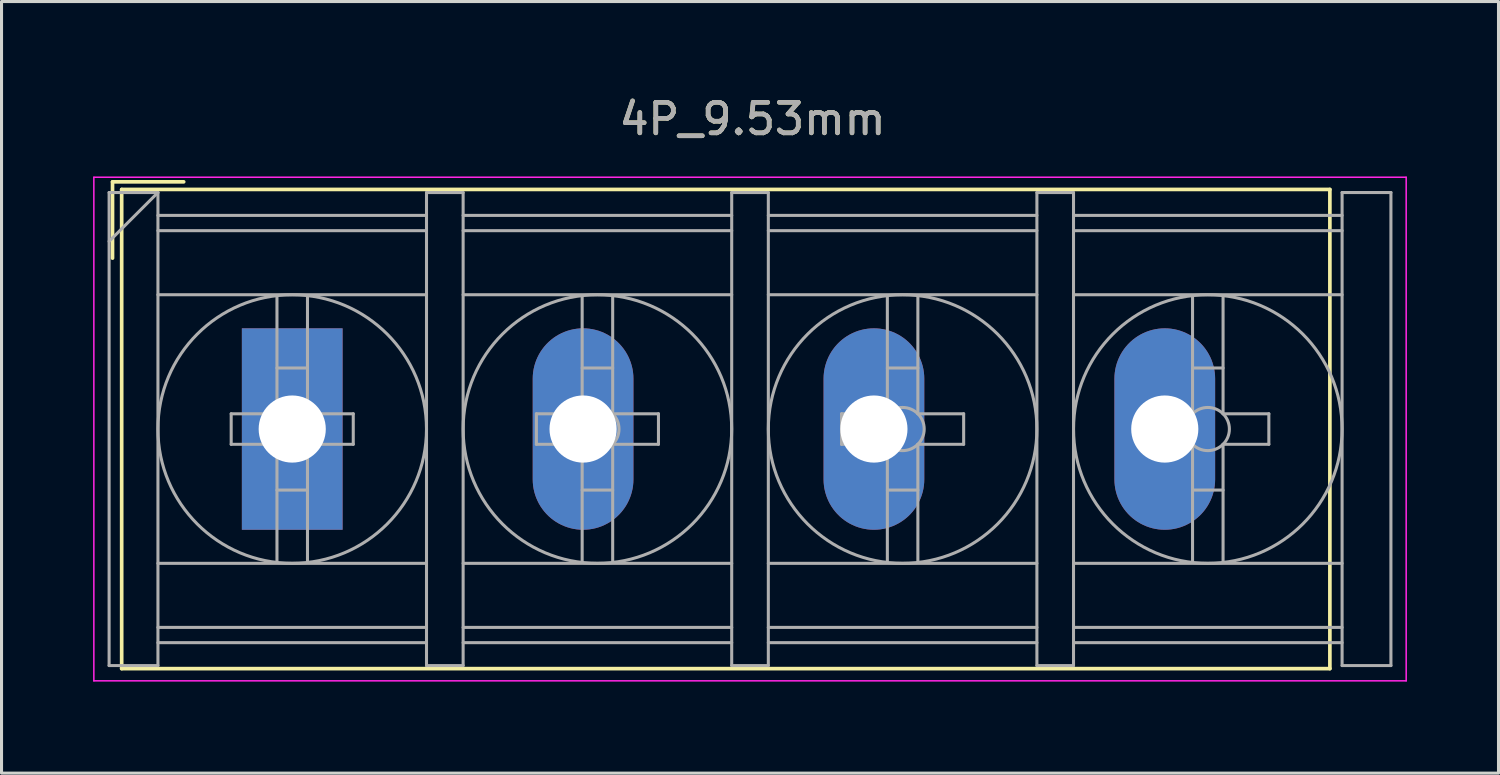
<source format=kicad_pcb>
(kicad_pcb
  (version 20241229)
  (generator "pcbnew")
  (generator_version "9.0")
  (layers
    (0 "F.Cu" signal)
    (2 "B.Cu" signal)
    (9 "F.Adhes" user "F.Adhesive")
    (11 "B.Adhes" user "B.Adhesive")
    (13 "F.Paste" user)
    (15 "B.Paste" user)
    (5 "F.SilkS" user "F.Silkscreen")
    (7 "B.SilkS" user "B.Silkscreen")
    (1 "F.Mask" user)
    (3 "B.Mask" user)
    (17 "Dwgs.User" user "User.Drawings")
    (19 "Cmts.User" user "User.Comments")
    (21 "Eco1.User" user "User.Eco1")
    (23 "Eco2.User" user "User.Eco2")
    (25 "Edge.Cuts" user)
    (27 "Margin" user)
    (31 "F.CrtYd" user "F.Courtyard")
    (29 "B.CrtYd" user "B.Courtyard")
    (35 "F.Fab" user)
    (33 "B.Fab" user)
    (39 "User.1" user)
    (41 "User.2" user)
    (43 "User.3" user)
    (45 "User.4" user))
  (footprint "4P_9.53mm"
    (layer "F.Cu")
    (at 6.525 11.008)
    (property "Reference" "4P_9.53mm" (at 15.08 -10.16 0) (layer "F.SilkS") (effects (font (size 1 1) (thickness 0.15))))
    (attr through_hole)
    (fp_line (start -5.888 -8.1) (end -3.556 -8.1) (stroke (width 0.12) (type solid)) (layer "F.SilkS"))
    (fp_line (start -5.888 -5.6) (end -5.888 -8.1) (stroke (width 0.12) (type solid)) (layer "F.SilkS"))
    (fp_line (start -5.588 -7.85) (end 34 -7.85) (stroke (width 0.12) (type solid)) (layer "F.SilkS"))
    (fp_line (start -5.588 7.85) (end -5.588 -7.85) (stroke (width 0.12) (type solid)) (layer "F.SilkS"))
    (fp_line (start -5.588 7.85) (end 34 7.85) (stroke (width 0.12) (type solid)) (layer "F.SilkS"))
    (fp_line (start 34 -7.85) (end 34 7.85) (stroke (width 0.12) (type solid)) (layer "F.SilkS"))
    (fp_line (start -6.5 -8.25) (end 36.5 -8.25) (stroke (width 0.05) (type solid)) (layer "F.CrtYd"))
    (fp_line (start -6.5 8.25) (end -6.5 -8.25) (stroke (width 0.05) (type solid)) (layer "F.CrtYd"))
    (fp_line (start -6.5 8.25) (end 36.5 8.25) (stroke (width 0.05) (type solid)) (layer "F.CrtYd"))
    (fp_line (start 36.5 -8.25) (end 36.5 8.25) (stroke (width 0.05) (type solid)) (layer "F.CrtYd"))
    (fp_line (start -6 -7.75) (end -6 7.75) (stroke (width 0.1) (type solid)) (layer "F.Fab"))
    (fp_line (start -6 -7.75) (end -4.4 -7.75) (stroke (width 0.1) (type solid)) (layer "F.Fab"))
    (fp_line (start -6 7.75) (end -4.4 7.75) (stroke (width 0.1) (type solid)) (layer "F.Fab"))
    (fp_line (start -4.4 -7.75) (end -6 -6.15) (stroke (width 0.1) (type solid)) (layer "F.Fab"))
    (fp_line (start -4.4 -7.75) (end -4.4 7.75) (stroke (width 0.1) (type solid)) (layer "F.Fab"))
    (fp_line (start -4.4 -7) (end 4.4 -7) (stroke (width 0.1) (type solid)) (layer "F.Fab"))
    (fp_line (start -4.4 -6.5) (end 4.4 -6.5) (stroke (width 0.1) (type solid)) (layer "F.Fab"))
    (fp_line (start -4.4 -4.4) (end 4.4 -4.4) (stroke (width 0.1) (type solid)) (layer "F.Fab"))
    (fp_line (start -4.4 4.4) (end 4.4 4.4) (stroke (width 0.1) (type solid)) (layer "F.Fab"))
    (fp_line (start -4.4 6.5) (end 4.4 6.5) (stroke (width 0.1) (type solid)) (layer "F.Fab"))
    (fp_line (start -4.4 7) (end 4.4 7) (stroke (width 0.1) (type solid)) (layer "F.Fab"))
    (fp_line (start -2 -0.5) (end -2 0.5) (stroke (width 0.1) (type solid)) (layer "F.Fab"))
    (fp_line (start -2 0.5) (end -0.5 0.5) (stroke (width 0.1) (type solid)) (layer "F.Fab"))
    (fp_line (start -0.5 -4.35) (end -0.5 -0.5) (stroke (width 0.1) (type solid)) (layer "F.Fab"))
    (fp_line (start -0.5 -2) (end 0.5 -2) (stroke (width 0.1) (type solid)) (layer "F.Fab"))
    (fp_line (start -0.5 -0.5) (end -2 -0.5) (stroke (width 0.1) (type solid)) (layer "F.Fab"))
    (fp_line (start -0.5 0.5) (end -0.5 4.35) (stroke (width 0.1) (type solid)) (layer "F.Fab"))
    (fp_line (start -0.5 2) (end 0.5 2) (stroke (width 0.1) (type solid)) (layer "F.Fab"))
    (fp_line (start 0.5 -4.35) (end 0.5 -0.5) (stroke (width 0.1) (type solid)) (layer "F.Fab"))
    (fp_line (start 0.5 -0.5) (end 2 -0.5) (stroke (width 0.1) (type solid)) (layer "F.Fab"))
    (fp_line (start 0.5 0.5) (end 0.5 4.35) (stroke (width 0.1) (type solid)) (layer "F.Fab"))
    (fp_line (start 2 -0.5) (end 2 0.5) (stroke (width 0.1) (type solid)) (layer "F.Fab"))
    (fp_line (start 2 0.5) (end 0.5 0.5) (stroke (width 0.1) (type solid)) (layer "F.Fab"))
    (fp_line (start 4.4 -7.75) (end 4.4 7.75) (stroke (width 0.1) (type solid)) (layer "F.Fab"))
    (fp_line (start 4.4 -7.75) (end 5.6 -7.75) (stroke (width 0.1) (type solid)) (layer "F.Fab"))
    (fp_line (start 4.4 7.75) (end 5.6 7.75) (stroke (width 0.1) (type solid)) (layer "F.Fab"))
    (fp_line (start 5.6 -7.75) (end 5.6 7.75) (stroke (width 0.1) (type solid)) (layer "F.Fab"))
    (fp_line (start 5.6 -7) (end 14.4 -7) (stroke (width 0.1) (type solid)) (layer "F.Fab"))
    (fp_line (start 5.6 -6.5) (end 14.4 -6.5) (stroke (width 0.1) (type solid)) (layer "F.Fab"))
    (fp_line (start 5.6 -4.4) (end 14.4 -4.4) (stroke (width 0.1) (type solid)) (layer "F.Fab"))
    (fp_line (start 5.6 4.4) (end 14.4 4.4) (stroke (width 0.1) (type solid)) (layer "F.Fab"))
    (fp_line (start 5.6 6.5) (end 14.4 6.5) (stroke (width 0.1) (type solid)) (layer "F.Fab"))
    (fp_line (start 5.6 7) (end 14.4 7) (stroke (width 0.1) (type solid)) (layer "F.Fab"))
    (fp_line (start 8 -0.5) (end 8 0.5) (stroke (width 0.1) (type solid)) (layer "F.Fab"))
    (fp_line (start 8 0.5) (end 9.5 0.5) (stroke (width 0.1) (type solid)) (layer "F.Fab"))
    (fp_line (start 9.5 -4.35) (end 9.5 -0.5) (stroke (width 0.1) (type solid)) (layer "F.Fab"))
    (fp_line (start 9.5 -2) (end 10.5 -2) (stroke (width 0.1) (type solid)) (layer "F.Fab"))
    (fp_line (start 9.5 -0.5) (end 8 -0.5) (stroke (width 0.1) (type solid)) (layer "F.Fab"))
    (fp_line (start 9.5 0.5) (end 9.5 4.35) (stroke (width 0.1) (type solid)) (layer "F.Fab"))
    (fp_line (start 9.5 2) (end 10.5 2) (stroke (width 0.1) (type solid)) (layer "F.Fab"))
    (fp_line (start 10.5 -4.35) (end 10.5 -0.5) (stroke (width 0.1) (type solid)) (layer "F.Fab"))
    (fp_line (start 10.5 -0.5) (end 12 -0.5) (stroke (width 0.1) (type solid)) (layer "F.Fab"))
    (fp_line (start 10.5 0.5) (end 10.5 4.35) (stroke (width 0.1) (type solid)) (layer "F.Fab"))
    (fp_line (start 12 -0.5) (end 12 0.5) (stroke (width 0.1) (type solid)) (layer "F.Fab"))
    (fp_line (start 12 0.5) (end 10.5 0.5) (stroke (width 0.1) (type solid)) (layer "F.Fab"))
    (fp_line (start 14.4 -7.75) (end 14.4 7.75) (stroke (width 0.1) (type solid)) (layer "F.Fab"))
    (fp_line (start 14.4 -7.75) (end 15.6 -7.75) (stroke (width 0.1) (type solid)) (layer "F.Fab"))
    (fp_line (start 14.4 7.75) (end 15.6 7.75) (stroke (width 0.1) (type solid)) (layer "F.Fab"))
    (fp_line (start 15.6 -7.75) (end 15.6 7.75) (stroke (width 0.1) (type solid)) (layer "F.Fab"))
    (fp_line (start 15.6 -7) (end 24.4 -7) (stroke (width 0.1) (type solid)) (layer "F.Fab"))
    (fp_line (start 15.6 -6.5) (end 24.4 -6.5) (stroke (width 0.1) (type solid)) (layer "F.Fab"))
    (fp_line (start 15.6 -4.4) (end 24.4 -4.4) (stroke (width 0.1) (type solid)) (layer "F.Fab"))
    (fp_line (start 15.6 4.4) (end 24.4 4.4) (stroke (width 0.1) (type solid)) (layer "F.Fab"))
    (fp_line (start 15.6 6.5) (end 24.4 6.5) (stroke (width 0.1) (type solid)) (layer "F.Fab"))
    (fp_line (start 15.6 7) (end 24.4 7) (stroke (width 0.1) (type solid)) (layer "F.Fab"))
    (fp_line (start 18 -0.5) (end 18 0.5) (stroke (width 0.1) (type solid)) (layer "F.Fab"))
    (fp_line (start 18 0.5) (end 19.5 0.5) (stroke (width 0.1) (type solid)) (layer "F.Fab"))
    (fp_line (start 19.5 -4.35) (end 19.5 -0.5) (stroke (width 0.1) (type solid)) (layer "F.Fab"))
    (fp_line (start 19.5 -2) (end 20.5 -2) (stroke (width 0.1) (type solid)) (layer "F.Fab"))
    (fp_line (start 19.5 -0.5) (end 18 -0.5) (stroke (width 0.1) (type solid)) (layer "F.Fab"))
    (fp_line (start 19.5 0.5) (end 19.5 4.35) (stroke (width 0.1) (type solid)) (layer "F.Fab"))
    (fp_line (start 19.5 2) (end 20.5 2) (stroke (width 0.1) (type solid)) (layer "F.Fab"))
    (fp_line (start 20.5 -4.35) (end 20.5 -0.5) (stroke (width 0.1) (type solid)) (layer "F.Fab"))
    (fp_line (start 20.5 -0.5) (end 22 -0.5) (stroke (width 0.1) (type solid)) (layer "F.Fab"))
    (fp_line (start 20.5 0.5) (end 20.5 4.35) (stroke (width 0.1) (type solid)) (layer "F.Fab"))
    (fp_line (start 22 -0.5) (end 22 0.5) (stroke (width 0.1) (type solid)) (layer "F.Fab"))
    (fp_line (start 22 0.5) (end 20.5 0.5) (stroke (width 0.1) (type solid)) (layer "F.Fab"))
    (fp_line (start 24.4 -7.75) (end 24.4 7.75) (stroke (width 0.1) (type solid)) (layer "F.Fab"))
    (fp_line (start 24.4 -7.75) (end 25.6 -7.75) (stroke (width 0.1) (type solid)) (layer "F.Fab"))
    (fp_line (start 24.4 7.75) (end 25.6 7.75) (stroke (width 0.1) (type solid)) (layer "F.Fab"))
    (fp_line (start 25.6 -7.75) (end 25.6 7.75) (stroke (width 0.1) (type solid)) (layer "F.Fab"))
    (fp_line (start 25.6 -7) (end 34.4 -7) (stroke (width 0.1) (type solid)) (layer "F.Fab"))
    (fp_line (start 25.6 -6.5) (end 34.4 -6.5) (stroke (width 0.1) (type solid)) (layer "F.Fab"))
    (fp_line (start 25.6 -4.4) (end 34.4 -4.4) (stroke (width 0.1) (type solid)) (layer "F.Fab"))
    (fp_line (start 25.6 4.4) (end 34.4 4.4) (stroke (width 0.1) (type solid)) (layer "F.Fab"))
    (fp_line (start 25.6 6.5) (end 34.4 6.5) (stroke (width 0.1) (type solid)) (layer "F.Fab"))
    (fp_line (start 25.6 7) (end 34.4 7) (stroke (width 0.1) (type solid)) (layer "F.Fab"))
    (fp_line (start 28 -0.5) (end 28 0.5) (stroke (width 0.1) (type solid)) (layer "F.Fab"))
    (fp_line (start 28 0.5) (end 29.5 0.5) (stroke (width 0.1) (type solid)) (layer "F.Fab"))
    (fp_line (start 29.5 -4.35) (end 29.5 -0.5) (stroke (width 0.1) (type solid)) (layer "F.Fab"))
    (fp_line (start 29.5 -2) (end 30.5 -2) (stroke (width 0.1) (type solid)) (layer "F.Fab"))
    (fp_line (start 29.5 -0.5) (end 28 -0.5) (stroke (width 0.1) (type solid)) (layer "F.Fab"))
    (fp_line (start 29.5 0.5) (end 29.5 4.35) (stroke (width 0.1) (type solid)) (layer "F.Fab"))
    (fp_line (start 29.5 2) (end 30.5 2) (stroke (width 0.1) (type solid)) (layer "F.Fab"))
    (fp_line (start 30.5 -4.35) (end 30.5 -0.5) (stroke (width 0.1) (type solid)) (layer "F.Fab"))
    (fp_line (start 30.5 -0.5) (end 32 -0.5) (stroke (width 0.1) (type solid)) (layer "F.Fab"))
    (fp_line (start 30.5 0.5) (end 30.5 4.35) (stroke (width 0.1) (type solid)) (layer "F.Fab"))
    (fp_line (start 32 -0.5) (end 32 0.5) (stroke (width 0.1) (type solid)) (layer "F.Fab"))
    (fp_line (start 32 0.5) (end 30.5 0.5) (stroke (width 0.1) (type solid)) (layer "F.Fab"))
    (fp_line (start 34.4 -7.75) (end 34.4 7.75) (stroke (width 0.1) (type solid)) (layer "F.Fab"))
    (fp_line (start 34.4 -7.75) (end 36 -7.75) (stroke (width 0.1) (type solid)) (layer "F.Fab"))
    (fp_line (start 34.4 7.75) (end 36 7.75) (stroke (width 0.1) (type solid)) (layer "F.Fab"))
    (fp_line (start 36 -7.75) (end 36 7.75) (stroke (width 0.1) (type solid)) (layer "F.Fab"))
    (fp_circle (center 0 0) (end 0.5 0.5) (stroke (width 0.1) (type solid)) (fill no) (layer "F.Fab"))
    (fp_circle (center 0 0) (end 4.4 0) (stroke (width 0.1) (type solid)) (fill no) (layer "F.Fab"))
    (fp_circle (center 10 0) (end 10.5 0.5) (stroke (width 0.1) (type solid)) (fill no) (layer "F.Fab"))
    (fp_circle (center 10 0) (end 14.4 0) (stroke (width 0.1) (type solid)) (fill no) (layer "F.Fab"))
    (fp_circle (center 20 0) (end 20.5 0.5) (stroke (width 0.1) (type solid)) (fill no) (layer "F.Fab"))
    (fp_circle (center 20 0) (end 24.4 0) (stroke (width 0.1) (type solid)) (fill no) (layer "F.Fab"))
    (fp_circle (center 30 0) (end 30.5 0.5) (stroke (width 0.1) (type solid)) (fill no) (layer "F.Fab"))
    (fp_circle (center 30 0) (end 34.4 0) (stroke (width 0.1) (type solid)) (fill no) (layer "F.Fab"))
    (fp_text user "${REFERENCE}" (at 15.08 -10.16 0) (layer "F.Fab") (effects (font (size 1 1) (thickness 0.15))))
    (pad "1" thru_hole rect (at 0 0) (size 3.3 6.6) (drill 2.2) (layers "*.Cu" "*.Mask"))
    (pad "2" thru_hole oval (at 9.53 0) (size 3.3 6.6) (drill 2.2) (layers "*.Cu" "*.Mask"))
    (pad "3" thru_hole oval (at 19.06 0) (size 3.3 6.6) (drill 2.2) (layers "*.Cu" "*.Mask"))
    (pad "4" thru_hole oval (at 28.59 0) (size 3.3 6.6) (drill 2.2) (layers "*.Cu" "*.Mask")))
  (gr_rect
    (start -3 -3)
    (end 46.05 22.283)
    (stroke (width 0.1) (type default))
    (fill no)
    (layer "Edge.Cuts")))
</source>
